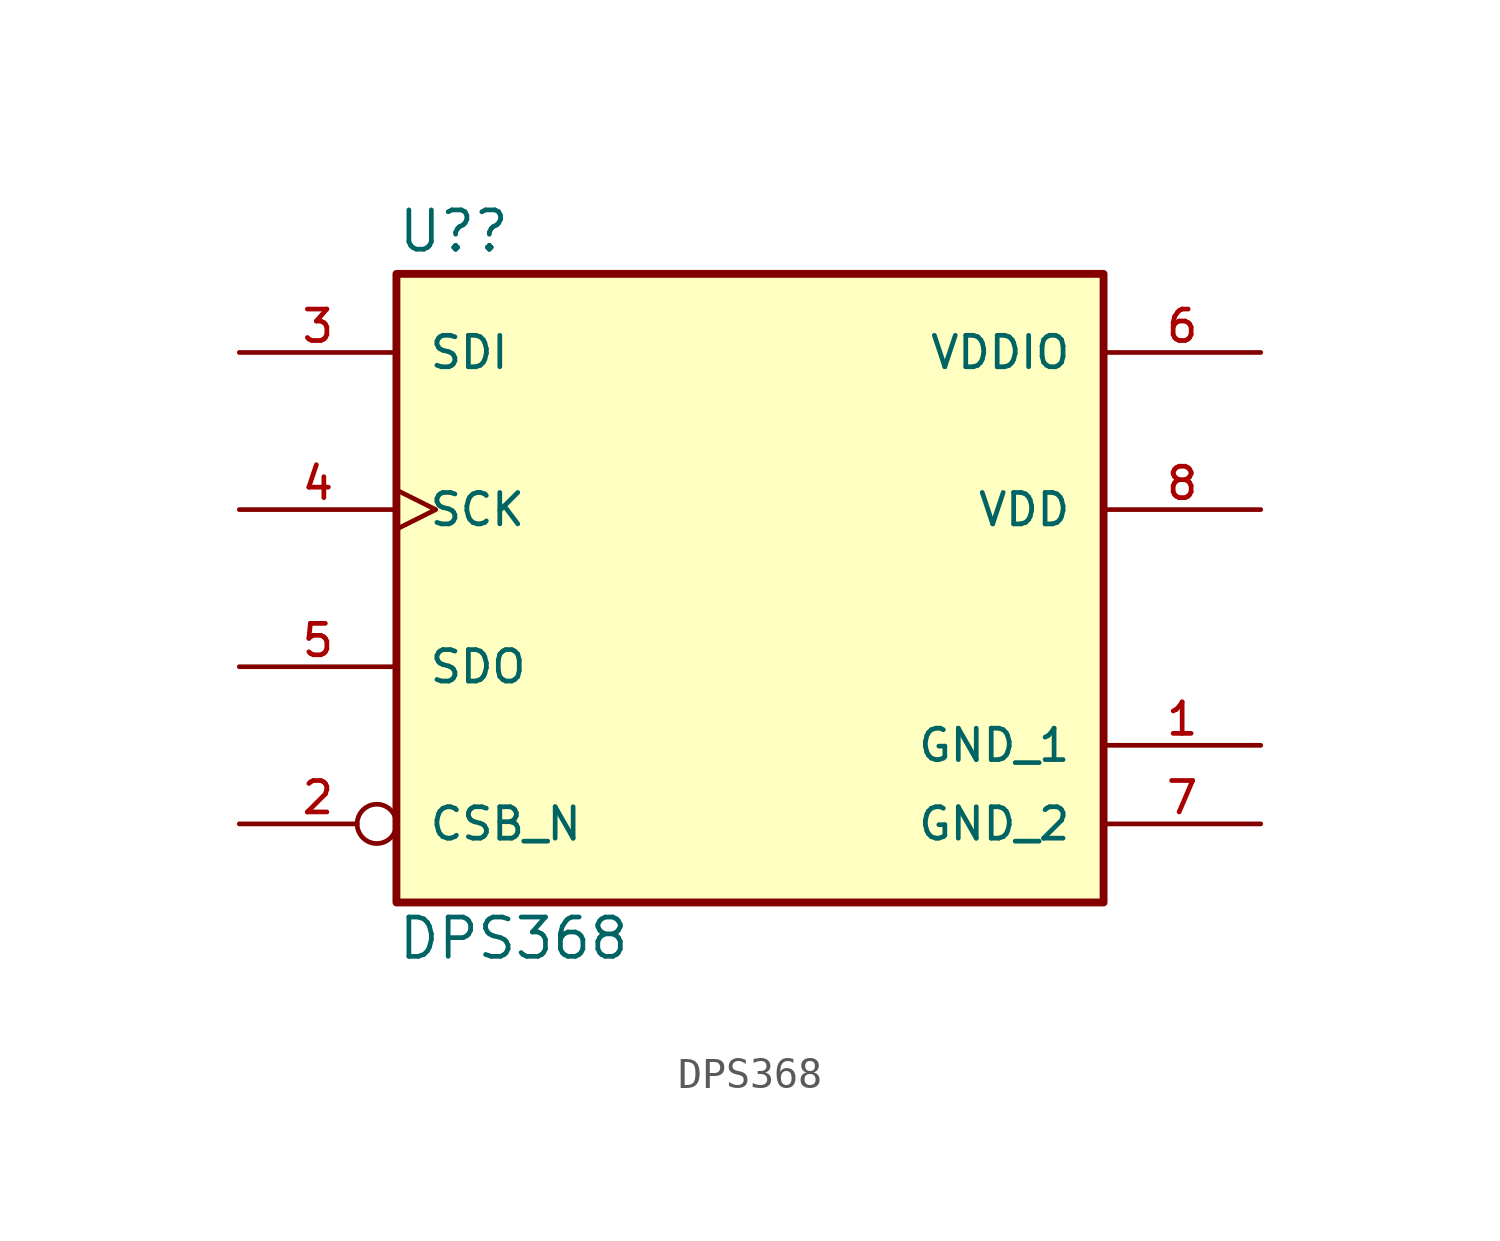
<source format=kicad_sym>
(kicad_symbol_lib
  (version 20211014)
  (generator kicad_symbol_editor)
  (symbol "DPS368"
    (pin_names
      (offset 1.016))
    (property "Reference" "U?"
      (at 0.0 0.635 0)
      (effects (font (size 1.27 1.27)) (justify bottom left)))
    (property "Value" "DPS368"
      (at 0.0 -22.225 0)
      (effects (font (size 1.27 1.27)) (justify bottom left)))
    (symbol "DPS368_0_0"
      (rectangle (start 1.7763568394e-15 -20.32) (end 22.86 0.0) (stroke (width 0.254)) (fill (type background)))
      (pin bidirectional line (at -5.08 -2.54 0) (length 5.08) (name "SDI" (effects (font (size 1.016 1.016)))) (number "3" (effects (font (size 1.016 1.016)))))
      (pin input clock (at -5.08 -7.62 0) (length 5.08) (name "SCK" (effects (font (size 1.016 1.016)))) (number "4" (effects (font (size 1.016 1.016)))))
      (pin output line (at -5.08 -12.7 0) (length 5.08) (name "SDO" (effects (font (size 1.016 1.016)))) (number "5" (effects (font (size 1.016 1.016)))))
      (pin input inverted (at -5.08 -17.78 0) (length 5.08) (name "CSB_N" (effects (font (size 1.016 1.016)))) (number "2" (effects (font (size 1.016 1.016)))))
      (pin power_in line (at 27.94 -2.54 180.0) (length 5.08) (name "VDDIO" (effects (font (size 1.016 1.016)))) (number "6" (effects (font (size 1.016 1.016)))))
      (pin power_in line (at 27.94 -15.24 180.0) (length 5.08) (name "GND_1" (effects (font (size 1.016 1.016)))) (number "1" (effects (font (size 1.016 1.016)))))
      (pin power_in line (at 27.94 -7.62 180.0) (length 5.08) (name "VDD" (effects (font (size 1.016 1.016)))) (number "8" (effects (font (size 1.016 1.016)))))
      (pin power_in line (at 27.94 -17.78 180.0) (length 5.08) (name "GND_2" (effects (font (size 1.016 1.016)))) (number "7" (effects (font (size 1.016 1.016))))))))
</source>
